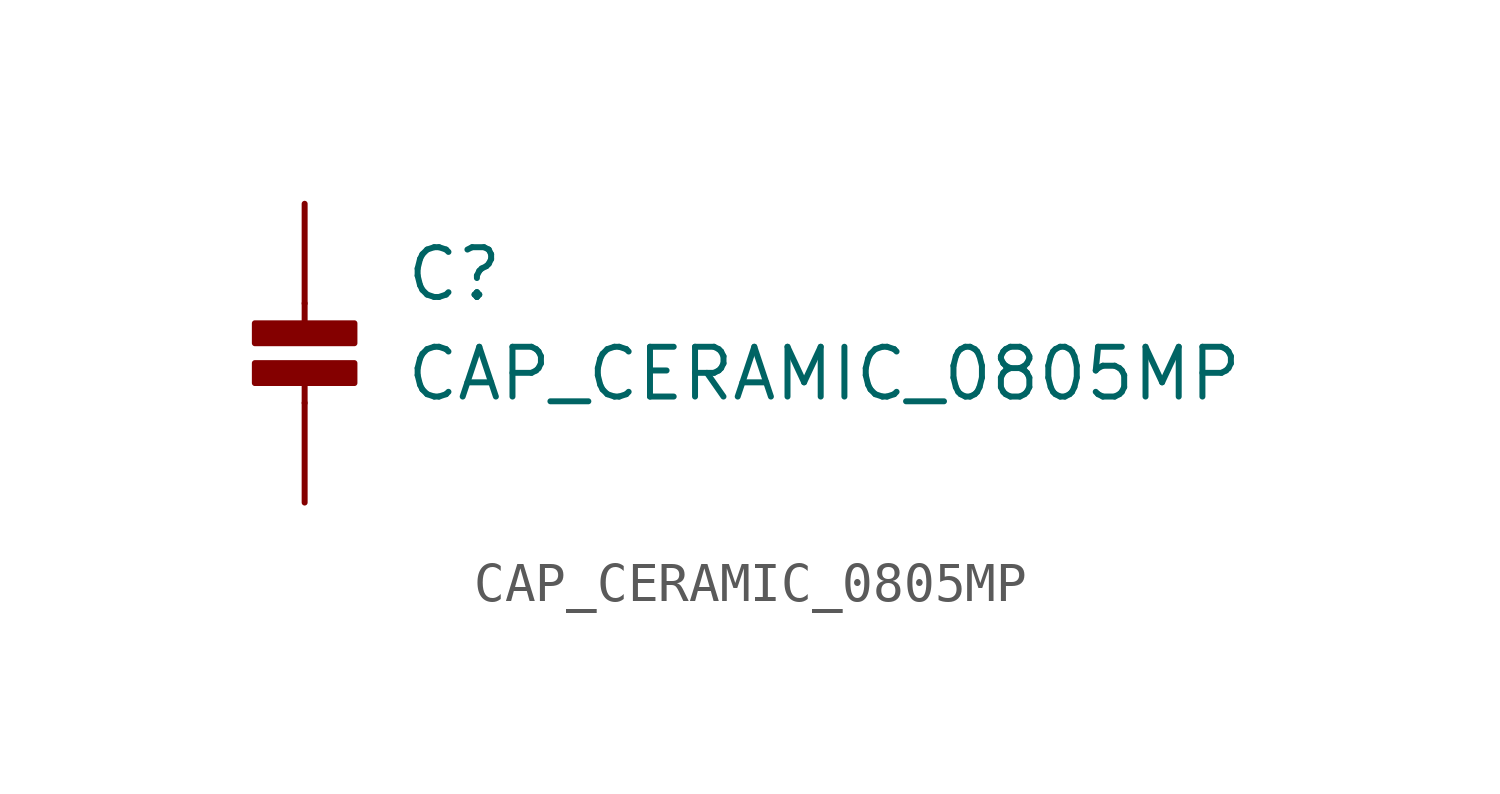
<source format=kicad_sym>
(kicad_symbol_lib
  (version 20211014)
  (generator kicad_symbol_editor)
  (symbol "CAP_CERAMIC_0805MP"
    (property "Reference" "C"
      (at 2.54 2.54 0)
      (effects (font (size 1.27 1.27)) (justify left bottom)))
    (property "Value" "CAP_CERAMIC_0805MP"
      (at 2.54 0 0)
      (effects (font (size 1.27 1.27)) (justify left bottom)))
    (property "ki_locked" ""
      (at 0 0 0)
      (effects (font (size 1.27 1.27))))
    (symbol "CAP_CERAMIC_0805MP_1_0"
      (rectangle (start -1.27 0.508) (end 1.27 1.016) (stroke (width 0) (type default) (color 0 0 0 0)) (fill (type outline)))
      (rectangle (start -1.27 1.524) (end 1.27 2.032) (stroke (width 0) (type default) (color 0 0 0 0)) (fill (type outline)))
      (polyline (pts (xy 0 0.762) (xy 0 0)) (stroke (width 0.152) (type default) (color 0 0 0 0)) (fill (type none)))
      (polyline (pts (xy 0 2.54) (xy 0 1.778)) (stroke (width 0.152) (type default) (color 0 0 0 0)) (fill (type none)))
      (pin passive line (at 0 5.08 270) (length 2.54) (name "P$1" (effects (font (size 0 0)))) (number "1" (effects (font (size 0 0)))))
      (pin passive line (at 0 -2.54 90) (length 2.54) (name "P$2" (effects (font (size 0 0)))) (number "2" (effects (font (size 0 0))))))))
</source>
